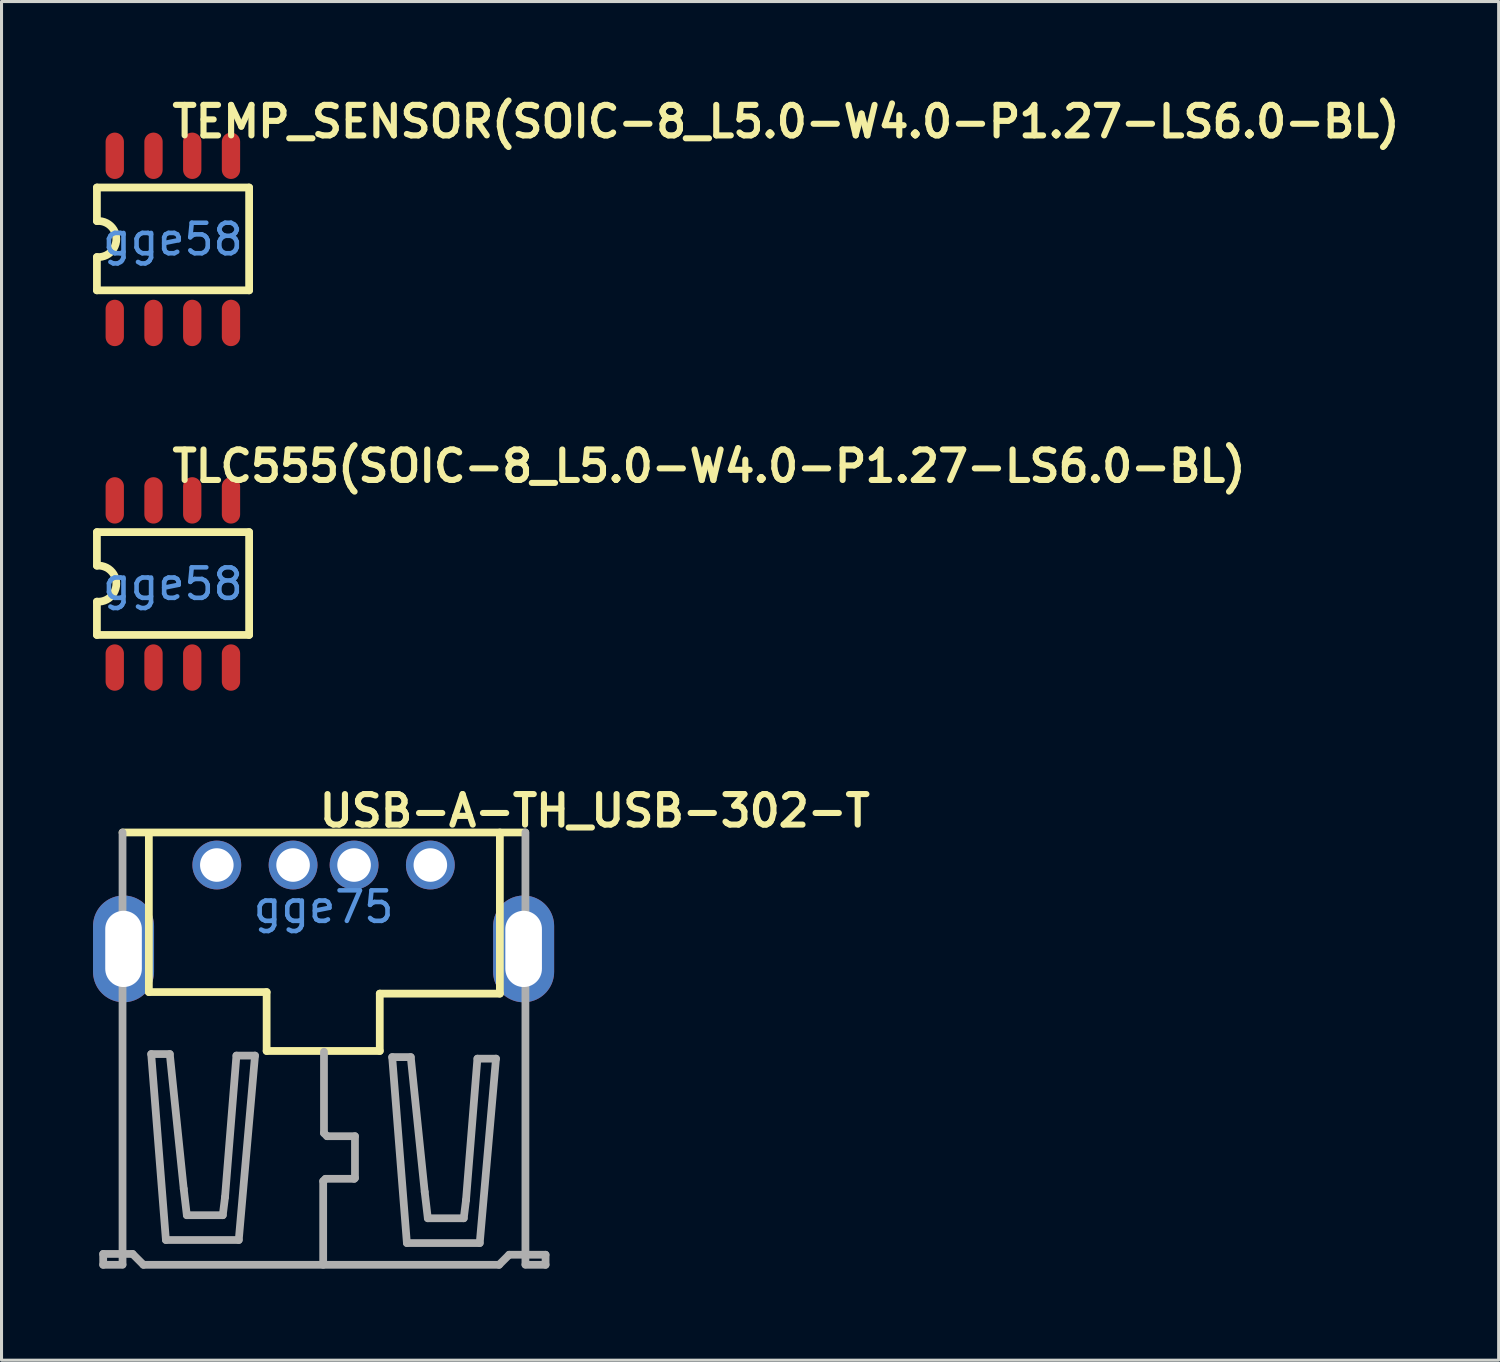
<source format=kicad_pcb>
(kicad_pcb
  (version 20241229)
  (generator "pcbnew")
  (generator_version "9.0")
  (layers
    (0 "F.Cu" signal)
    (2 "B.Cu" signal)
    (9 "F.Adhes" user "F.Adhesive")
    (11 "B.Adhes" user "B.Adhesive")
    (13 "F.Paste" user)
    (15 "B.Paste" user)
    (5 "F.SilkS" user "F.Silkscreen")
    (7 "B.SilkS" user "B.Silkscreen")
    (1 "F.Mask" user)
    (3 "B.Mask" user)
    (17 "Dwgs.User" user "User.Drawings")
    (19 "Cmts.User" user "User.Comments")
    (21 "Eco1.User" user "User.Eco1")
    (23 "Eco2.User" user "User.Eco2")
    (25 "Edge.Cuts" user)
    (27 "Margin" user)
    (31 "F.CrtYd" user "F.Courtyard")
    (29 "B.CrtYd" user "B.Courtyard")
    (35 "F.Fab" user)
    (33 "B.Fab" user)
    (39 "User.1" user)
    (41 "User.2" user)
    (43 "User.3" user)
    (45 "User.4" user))
  (footprint "TEMP_SENSOR(SOIC-8_L5.0-W4.0-P1.27-LS6.0-BL)"
    (layer "F.Cu")
    (at 2.617 4.797)
    (property "Reference" "TEMP_SENSOR(SOIC-8_L5.0-W4.0-P1.27-LS6.0-BL)" (at -0.127 -3.861 0) (layer "F.SilkS") (effects (font (size 1 1) (thickness 0.2)) (justify left)))
    (attr smd)
    (fp_line (start -2.49 -1.7) (end 2.5 -1.7) (stroke (width 0.254) (type solid)) (layer "F.SilkS"))
    (fp_line (start -2.49 -0.6) (end -2.49 -1.7) (stroke (width 0.254) (type solid)) (layer "F.SilkS"))
    (fp_line (start -2.49 1.671) (end -2.49 0.58) (stroke (width 0.254) (type solid)) (layer "F.SilkS"))
    (fp_line (start 2.5 -1.7) (end 2.5 1.671) (stroke (width 0.254) (type solid)) (layer "F.SilkS"))
    (fp_line (start 2.5 1.671) (end -2.49 1.671) (stroke (width 0.254) (type solid)) (layer "F.SilkS"))
    (fp_arc (start -2.49 -0.6) (mid -1.853286 -0.010321) (end -2.48936 0.580048) (stroke (width 0.254) (type solid)) (layer "F.SilkS"))
    (fp_text user "gge58" (at 0 0 0) (layer "Cmts.User") (effects (font (size 1 1) (thickness 0.15))))
    (pad "1" smd oval (at -1.905 2.74 180) (size 0.6 1.52) (layers "F.Cu" "F.Mask" "F.Paste"))
    (pad "2" smd oval (at -0.635 2.74 180) (size 0.6 1.52) (layers "F.Cu" "F.Mask" "F.Paste"))
    (pad "3" smd oval (at 0.635 2.74 180) (size 0.6 1.52) (layers "F.Cu" "F.Mask" "F.Paste"))
    (pad "4" smd oval (at 1.905 2.74 180) (size 0.6 1.52) (layers "F.Cu" "F.Mask" "F.Paste"))
    (pad "5" smd oval (at 1.905 -2.74 180) (size 0.6 1.52) (layers "F.Cu" "F.Mask" "F.Paste"))
    (pad "6" smd oval (at 0.635 -2.74 180) (size 0.6 1.52) (layers "F.Cu" "F.Mask" "F.Paste"))
    (pad "7" smd oval (at -0.635 -2.74 180) (size 0.6 1.52) (layers "F.Cu" "F.Mask" "F.Paste"))
    (pad "8" smd oval (at -1.905 -2.74 180) (size 0.6 1.52) (layers "F.Cu" "F.Mask" "F.Paste")))
  (footprint "TLC555(SOIC-8_L5.0-W4.0-P1.27-LS6.0-BL)"
    (layer "F.Cu")
    (at 2.617 16.094)
    (property "Reference" "TLC555(SOIC-8_L5.0-W4.0-P1.27-LS6.0-BL)" (at -0.127 -3.861 0) (layer "F.SilkS") (effects (font (size 1 1) (thickness 0.2)) (justify left)))
    (attr smd)
    (fp_line (start -2.49 -1.7) (end 2.5 -1.7) (stroke (width 0.254) (type solid)) (layer "F.SilkS"))
    (fp_line (start -2.49 -0.6) (end -2.49 -1.7) (stroke (width 0.254) (type solid)) (layer "F.SilkS"))
    (fp_line (start -2.49 1.671) (end -2.49 0.58) (stroke (width 0.254) (type solid)) (layer "F.SilkS"))
    (fp_line (start 2.5 -1.7) (end 2.5 1.671) (stroke (width 0.254) (type solid)) (layer "F.SilkS"))
    (fp_line (start 2.5 1.671) (end -2.49 1.671) (stroke (width 0.254) (type solid)) (layer "F.SilkS"))
    (fp_arc (start -2.49 -0.6) (mid -1.853286 -0.010321) (end -2.48936 0.580048) (stroke (width 0.254) (type solid)) (layer "F.SilkS"))
    (fp_text user "gge58" (at 0 0 0) (layer "Cmts.User") (effects (font (size 1 1) (thickness 0.15))))
    (pad "1" smd oval (at -1.905 2.74 180) (size 0.6 1.52) (layers "F.Cu" "F.Mask" "F.Paste"))
    (pad "2" smd oval (at -0.635 2.74 180) (size 0.6 1.52) (layers "F.Cu" "F.Mask" "F.Paste"))
    (pad "3" smd oval (at 0.635 2.74 180) (size 0.6 1.52) (layers "F.Cu" "F.Mask" "F.Paste"))
    (pad "4" smd oval (at 1.905 2.74 180) (size 0.6 1.52) (layers "F.Cu" "F.Mask" "F.Paste"))
    (pad "5" smd oval (at 1.905 -2.74 180) (size 0.6 1.52) (layers "F.Cu" "F.Mask" "F.Paste"))
    (pad "6" smd oval (at 0.635 -2.74 180) (size 0.6 1.52) (layers "F.Cu" "F.Mask" "F.Paste"))
    (pad "7" smd oval (at -0.635 -2.74 180) (size 0.6 1.52) (layers "F.Cu" "F.Mask" "F.Paste"))
    (pad "8" smd oval (at -1.905 -2.74 180) (size 0.6 1.52) (layers "F.Cu" "F.Mask" "F.Paste")))
  (footprint "USB-A-TH_USB-302-T"
    (layer "F.Cu")
    (at 7.558 26.683)
    (property "Reference" "USB-A-TH_USB-302-T" (at -0.241 -3.153 0) (layer "F.SilkS") (effects (font (size 1 1) (thickness 0.2)) (justify left)))
    (attr through_hole)
    (fp_line (start -6.591 -2.442) (end 6.609 -2.442) (stroke (width 0.254) (type solid)) (layer "F.SilkS"))
    (fp_line (start -5.728 -2.417) (end -5.728 2.79) (stroke (width 0.254) (type solid)) (layer "F.SilkS"))
    (fp_line (start -5.728 2.79) (end -1.867 2.79) (stroke (width 0.254) (type solid)) (layer "F.SilkS"))
    (fp_line (start -1.867 2.79) (end -1.867 4.721) (stroke (width 0.254) (type solid)) (layer "F.SilkS"))
    (fp_line (start -1.867 4.721) (end 1.842 4.721) (stroke (width 0.254) (type solid)) (layer "F.SilkS"))
    (fp_line (start 1.842 2.841) (end 5.779 2.841) (stroke (width 0.254) (type solid)) (layer "F.SilkS"))
    (fp_line (start 1.842 4.721) (end 1.842 2.841) (stroke (width 0.254) (type solid)) (layer "F.SilkS"))
    (fp_line (start 5.779 2.841) (end 5.779 -2.442) (stroke (width 0.254) (type solid)) (layer "F.SilkS"))
    (fp_line (start -7.226 11.375) (end -6.261 11.375) (stroke (width 0.254) (type solid)) (layer "F.Fab"))
    (fp_line (start -7.226 11.731) (end -6.591 11.731) (stroke (width 0.254) (type solid)) (layer "F.Fab"))
    (fp_line (start -7.224 11.731) (end -7.226 11.375) (stroke (width 0.254) (type solid)) (layer "F.Fab"))
    (fp_line (start -6.591 -2.442) (end -6.591 11.718) (stroke (width 0.254) (type solid)) (layer "F.Fab"))
    (fp_line (start -6.261 11.375) (end -5.905 11.731) (stroke (width 0.254) (type solid)) (layer "F.Fab"))
    (fp_line (start -5.905 11.731) (end 5.753 11.731) (stroke (width 0.254) (type solid)) (layer "F.Fab"))
    (fp_line (start -5.651 4.822) (end -5.169 10.918) (stroke (width 0.254) (type solid)) (layer "F.Fab"))
    (fp_line (start -5.169 10.918) (end -2.781 10.918) (stroke (width 0.254) (type solid)) (layer "F.Fab"))
    (fp_line (start -5.042 4.822) (end -5.651 4.822) (stroke (width 0.254) (type solid)) (layer "F.Fab"))
    (fp_line (start -4.585 9.242) (end -5.042 4.822) (stroke (width 0.254) (type solid)) (layer "F.Fab"))
    (fp_line (start -4.483 10.105) (end -4.585 9.242) (stroke (width 0.254) (type solid)) (layer "F.Fab"))
    (fp_line (start -3.305 10.105) (end -4.483 10.105) (stroke (width 0.254) (type solid)) (layer "F.Fab"))
    (fp_line (start -3.231 9.511) (end -3.305 10.105) (stroke (width 0.254) (type solid)) (layer "F.Fab"))
    (fp_line (start -2.857 4.873) (end -3.231 9.511) (stroke (width 0.254) (type solid)) (layer "F.Fab"))
    (fp_line (start -2.781 10.918) (end -2.248 4.873) (stroke (width 0.254) (type solid)) (layer "F.Fab"))
    (fp_line (start -2.248 4.873) (end -2.857 4.873) (stroke (width 0.254) (type solid)) (layer "F.Fab"))
    (fp_line (start -0.013 8.988) (end -0.013 11.731) (stroke (width 0.254) (type solid)) (layer "F.Fab"))
    (fp_line (start 0.013 4.746) (end 0.013 7.413) (stroke (width 0.254) (type solid)) (layer "F.Fab"))
    (fp_line (start 0.013 7.413) (end 0.114 7.515) (stroke (width 0.254) (type solid)) (layer "F.Fab"))
    (fp_line (start 0.063 8.912) (end -0.013 8.988) (stroke (width 0.254) (type solid)) (layer "F.Fab"))
    (fp_line (start 0.114 7.515) (end 1.029 7.515) (stroke (width 0.254) (type solid)) (layer "F.Fab"))
    (fp_line (start 1.003 8.912) (end 0.063 8.912) (stroke (width 0.254) (type solid)) (layer "F.Fab"))
    (fp_line (start 1.029 7.515) (end 1.029 8.886) (stroke (width 0.254) (type solid)) (layer "F.Fab"))
    (fp_line (start 1.029 8.886) (end 1.003 8.912) (stroke (width 0.254) (type solid)) (layer "F.Fab"))
    (fp_line (start 2.249 4.922) (end 2.731 11.018) (stroke (width 0.254) (type solid)) (layer "F.Fab"))
    (fp_line (start 2.731 11.018) (end 5.119 11.018) (stroke (width 0.254) (type solid)) (layer "F.Fab"))
    (fp_line (start 2.858 4.922) (end 2.249 4.922) (stroke (width 0.254) (type solid)) (layer "F.Fab"))
    (fp_line (start 3.315 9.342) (end 2.858 4.922) (stroke (width 0.254) (type solid)) (layer "F.Fab"))
    (fp_line (start 3.417 10.205) (end 3.315 9.342) (stroke (width 0.254) (type solid)) (layer "F.Fab"))
    (fp_line (start 4.595 10.205) (end 3.417 10.205) (stroke (width 0.254) (type solid)) (layer "F.Fab"))
    (fp_line (start 4.669 9.611) (end 4.595 10.205) (stroke (width 0.254) (type solid)) (layer "F.Fab"))
    (fp_line (start 5.043 4.973) (end 4.669 9.611) (stroke (width 0.254) (type solid)) (layer "F.Fab"))
    (fp_line (start 5.119 11.018) (end 5.652 4.973) (stroke (width 0.254) (type solid)) (layer "F.Fab"))
    (fp_line (start 5.652 4.973) (end 5.043 4.973) (stroke (width 0.254) (type solid)) (layer "F.Fab"))
    (fp_line (start 5.753 11.731) (end 6.083 11.401) (stroke (width 0.254) (type solid)) (layer "F.Fab"))
    (fp_line (start 6.083 11.401) (end 7.277 11.401) (stroke (width 0.254) (type solid)) (layer "F.Fab"))
    (fp_line (start 6.617 -2.442) (end 6.617 11.718) (stroke (width 0.254) (type solid)) (layer "F.Fab"))
    (fp_line (start 7.277 11.401) (end 7.277 11.731) (stroke (width 0.254) (type solid)) (layer "F.Fab"))
    (fp_line (start 7.277 11.731) (end 6.617 11.731) (stroke (width 0.254) (type solid)) (layer "F.Fab"))
    (fp_text user "gge75" (at 0 0 0) (layer "Cmts.User") (effects (font (size 1 1) (thickness 0.15))))
    (pad "1" thru_hole circle (at -3.5 -1.375) (size 1.6 1.6) (drill 1.1) (layers "*.Cu" "*.Paste" "*.Mask"))
    (pad "2" thru_hole circle (at -1 -1.375) (size 1.6 1.6) (drill 1.1) (layers "*.Cu" "*.Paste" "*.Mask"))
    (pad "3" thru_hole circle (at 1 -1.375) (size 1.6 1.6) (drill 1.1) (layers "*.Cu" "*.Paste" "*.Mask"))
    (pad "4" thru_hole circle (at 3.5 -1.375) (size 1.6 1.6) (drill 1.1) (layers "*.Cu" "*.Paste" "*.Mask"))
    (pad "5" thru_hole oval (at -6.558 1.375 90) (size 3.5 2) (drill oval 2.5 1.2) (layers "*.Cu" "*.Paste" "*.Mask"))
    (pad "6" thru_hole oval (at 6.558 1.375 270) (size 3.5 2) (drill oval 2.5 1.2) (layers "*.Cu" "*.Paste" "*.Mask")))
  (gr_rect
    (start -3 -3)
    (end 46.08 41.541)
    (stroke (width 0.1) (type default))
    (fill no)
    (layer "Edge.Cuts")))
</source>
